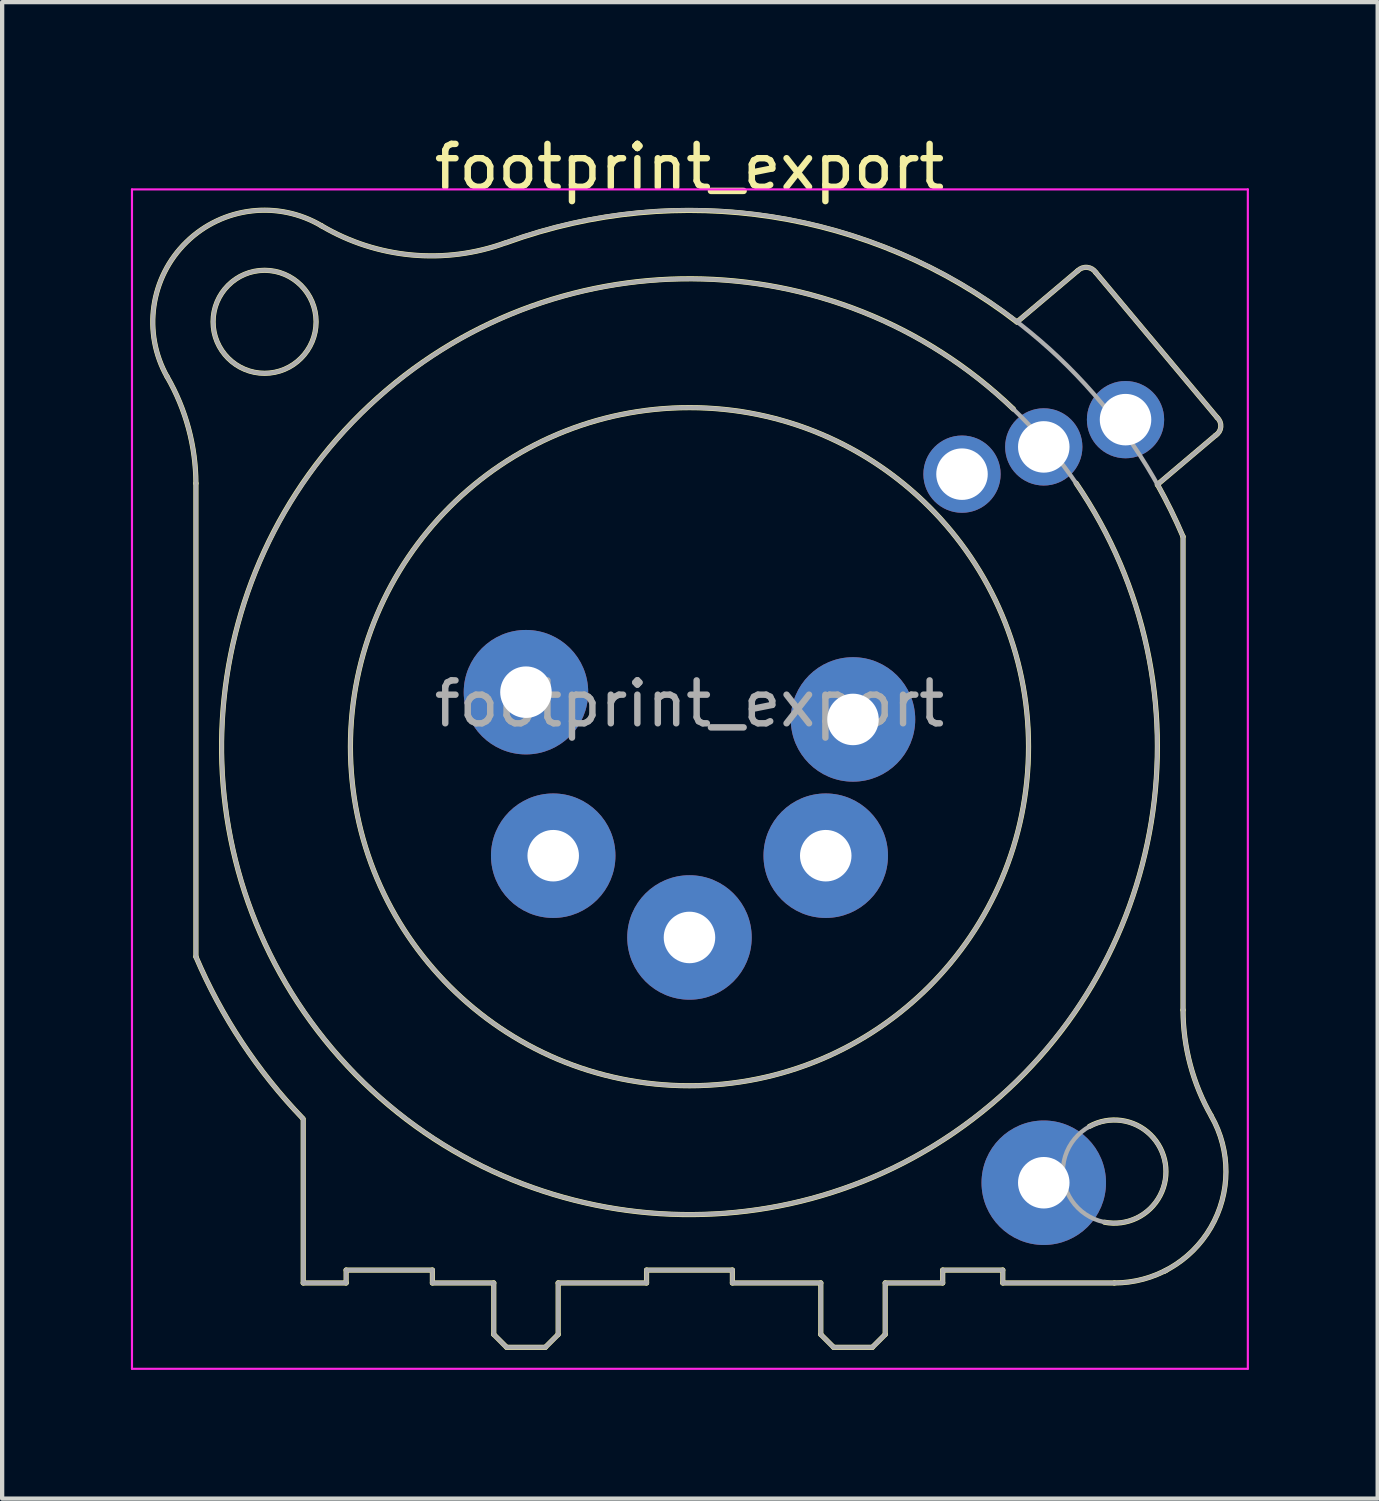
<source format=kicad_pcb>
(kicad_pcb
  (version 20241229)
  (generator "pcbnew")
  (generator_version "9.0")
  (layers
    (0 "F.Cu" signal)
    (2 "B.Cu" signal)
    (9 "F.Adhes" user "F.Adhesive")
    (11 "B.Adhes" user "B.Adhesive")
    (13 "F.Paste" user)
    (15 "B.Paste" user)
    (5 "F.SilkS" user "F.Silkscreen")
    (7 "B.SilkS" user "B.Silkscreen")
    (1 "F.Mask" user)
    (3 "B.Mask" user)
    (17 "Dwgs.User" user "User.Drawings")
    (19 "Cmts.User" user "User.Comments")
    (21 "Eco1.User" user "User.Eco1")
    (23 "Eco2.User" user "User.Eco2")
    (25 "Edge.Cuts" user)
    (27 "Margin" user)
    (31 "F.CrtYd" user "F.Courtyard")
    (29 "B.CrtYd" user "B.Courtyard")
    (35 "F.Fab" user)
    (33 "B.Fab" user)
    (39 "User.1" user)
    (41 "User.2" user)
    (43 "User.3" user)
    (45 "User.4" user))
  (footprint "footprint_export"
    (layer "F.Cu")
    (at 16.825 13.713)
    (property "Reference" "footprint_export" (at -3.81 -12.865 0) (layer "F.SilkS") (effects (font (size 1 1) (thickness 0.15))))
    (attr through_hole)
    (fp_line (start -15.31 -5.5) (end -15.31 5.53) (stroke (width 0.12) (type solid)) (layer "F.SilkS"))
    (fp_line (start -12.81 9.31) (end -12.81 13.13) (stroke (width 0.12) (type solid)) (layer "F.SilkS"))
    (fp_line (start -11.81 12.83) (end -11.81 13.13) (stroke (width 0.12) (type solid)) (layer "F.SilkS"))
    (fp_line (start -11.81 12.83) (end -9.8 12.83) (stroke (width 0.12) (type solid)) (layer "F.SilkS"))
    (fp_line (start -11.81 13.13) (end -12.81 13.13) (stroke (width 0.12) (type solid)) (layer "F.SilkS"))
    (fp_line (start -9.8 12.83) (end -9.8 13.13) (stroke (width 0.12) (type solid)) (layer "F.SilkS"))
    (fp_line (start -8.37 13.13) (end -9.8 13.13) (stroke (width 0.12) (type solid)) (layer "F.SilkS"))
    (fp_line (start -8.37 13.13) (end -8.37 14.33) (stroke (width 0.12) (type solid)) (layer "F.SilkS"))
    (fp_line (start -8.37 14.33) (end -8.07 14.63) (stroke (width 0.12) (type solid)) (layer "F.SilkS"))
    (fp_line (start -8.07 14.63) (end -7.17 14.63) (stroke (width 0.12) (type solid)) (layer "F.SilkS"))
    (fp_line (start -6.87 13.13) (end -6.87 14.33) (stroke (width 0.12) (type solid)) (layer "F.SilkS"))
    (fp_line (start -6.87 14.33) (end -7.17 14.63) (stroke (width 0.12) (type solid)) (layer "F.SilkS"))
    (fp_line (start -4.81 12.83) (end -4.81 13.13) (stroke (width 0.12) (type solid)) (layer "F.SilkS"))
    (fp_line (start -4.81 12.83) (end -2.81 12.83) (stroke (width 0.12) (type solid)) (layer "F.SilkS"))
    (fp_line (start -4.81 13.13) (end -6.87 13.13) (stroke (width 0.12) (type solid)) (layer "F.SilkS"))
    (fp_line (start -2.81 12.83) (end -2.81 13.13) (stroke (width 0.12) (type solid)) (layer "F.SilkS"))
    (fp_line (start -0.75 13.13) (end -2.81 13.13) (stroke (width 0.12) (type solid)) (layer "F.SilkS"))
    (fp_line (start -0.75 13.13) (end -0.75 14.33) (stroke (width 0.12) (type solid)) (layer "F.SilkS"))
    (fp_line (start -0.75 14.33) (end -0.45 14.63) (stroke (width 0.12) (type solid)) (layer "F.SilkS"))
    (fp_line (start -0.45 14.63) (end 0.45 14.63) (stroke (width 0.12) (type solid)) (layer "F.SilkS"))
    (fp_line (start 0.75 13.13) (end 0.75 14.33) (stroke (width 0.12) (type solid)) (layer "F.SilkS"))
    (fp_line (start 0.75 14.33) (end 0.45 14.63) (stroke (width 0.12) (type solid)) (layer "F.SilkS"))
    (fp_line (start 2.09 12.83) (end 2.09 13.13) (stroke (width 0.12) (type solid)) (layer "F.SilkS"))
    (fp_line (start 2.09 12.83) (end 3.49 12.83) (stroke (width 0.12) (type solid)) (layer "F.SilkS"))
    (fp_line (start 2.09 13.13) (end 0.75 13.13) (stroke (width 0.12) (type solid)) (layer "F.SilkS"))
    (fp_line (start 3.49 12.83) (end 3.49 13.13) (stroke (width 0.12) (type solid)) (layer "F.SilkS"))
    (fp_line (start 3.82 -9.26) (end 5.23 -10.45) (stroke (width 0.12) (type solid)) (layer "F.SilkS"))
    (fp_line (start 6.09 13.13) (end 3.49 13.13) (stroke (width 0.12) (type solid)) (layer "F.SilkS"))
    (fp_line (start 7.69 6.77) (end 7.69 -4.26) (stroke (width 0.12) (type solid)) (layer "F.SilkS"))
    (fp_line (start 8.45 -6.62) (end 7.09 -5.47) (stroke (width 0.12) (type solid)) (layer "F.SilkS"))
    (fp_line (start 8.48 -7.04) (end 5.66 -10.41) (stroke (width 0.12) (type solid)) (layer "F.SilkS"))
    (fp_arc (start -15.979585 -7.98114) (mid -15.531071 -11.122847) (end -12.38 -11.5) (stroke (width 0.12) (type solid)) (layer "F.SilkS"))
    (fp_arc (start -15.978065 -7.979621) (mid -15.482459 -6.783342) (end -15.31 -5.5) (stroke (width 0.12) (type solid)) (layer "F.SilkS"))
    (fp_arc (start -12.822247 9.294702) (mid -14.237431 7.525553) (end -15.31 5.53) (stroke (width 0.12) (type solid)) (layer "F.SilkS"))
    (fp_arc (start -8.091246 -11.107072) (mid -10.279718 -10.822246) (end -12.38 -11.5) (stroke (width 0.12) (type solid)) (layer "F.SilkS"))
    (fp_arc (start -8.076266 -11.109228) (mid -1.890733 -11.711835) (end 3.82 -9.26) (stroke (width 0.12) (type solid)) (layer "F.SilkS"))
    (fp_arc (start 5.199539 -5.504132) (mid -12.134617 7.674992) (end 3.74 -7.23) (stroke (width 0.12) (type solid)) (layer "F.SilkS"))
    (fp_arc (start 5.235458 -10.453787) (mid 5.458172 -10.533142) (end 5.66 -10.41) (stroke (width 0.12) (type solid)) (layer "F.SilkS"))
    (fp_arc (start 5.507701 9.483226) (mid 7.277502 10.347546) (end 5.86 11.715) (stroke (width 0.12) (type solid)) (layer "F.SilkS"))
    (fp_arc (start 7.094079 -5.473362) (mid 7.408456 -4.874744) (end 7.69 -4.26) (stroke (width 0.12) (type solid)) (layer "F.SilkS"))
    (fp_arc (start 7.298541 12.835196) (mid 7.274335 12.847725) (end 7.25 12.86) (stroke (width 0.12) (type solid)) (layer "F.SilkS"))
    (fp_arc (start 8.350687 9.245751) (mid 8.337115 11.837852) (end 6.09 13.13) (stroke (width 0.12) (type solid)) (layer "F.SilkS"))
    (fp_arc (start 8.351797 9.24598) (mid 7.859562 8.051113) (end 7.69 6.77) (stroke (width 0.12) (type solid)) (layer "F.SilkS"))
    (fp_arc (start 8.486269 -7.03217) (mid 8.569764 -6.817142) (end 8.45 -6.62) (stroke (width 0.12) (type solid)) (layer "F.SilkS"))
    (fp_circle (center -13.71 -9.265) (end -12.51 -9.265) (stroke (width 0.12) (type solid)) (fill no) (layer "F.SilkS"))
    (fp_circle (center -3.81 0.635) (end 4.09 0.635) (stroke (width 0.12) (type solid)) (fill no) (layer "F.SilkS"))
    (fp_line (start -16.8 -12.35) (end 9.2 -12.35) (stroke (width 0.05) (type solid)) (layer "F.CrtYd"))
    (fp_line (start -16.8 15.13) (end -16.8 -12.35) (stroke (width 0.05) (type solid)) (layer "F.CrtYd"))
    (fp_line (start 9.2 -12.35) (end 9.2 15.13) (stroke (width 0.05) (type solid)) (layer "F.CrtYd"))
    (fp_line (start 9.2 15.13) (end -16.8 15.13) (stroke (width 0.05) (type solid)) (layer "F.CrtYd"))
    (fp_line (start -15.31 -5.5) (end -15.31 5.53) (stroke (width 0.1) (type solid)) (layer "F.Fab"))
    (fp_line (start -12.81 9.31) (end -12.81 13.13) (stroke (width 0.1) (type solid)) (layer "F.Fab"))
    (fp_line (start -11.81 12.83) (end -11.81 13.13) (stroke (width 0.1) (type solid)) (layer "F.Fab"))
    (fp_line (start -11.81 12.83) (end -9.8 12.83) (stroke (width 0.1) (type solid)) (layer "F.Fab"))
    (fp_line (start -11.81 13.13) (end -12.81 13.13) (stroke (width 0.1) (type solid)) (layer "F.Fab"))
    (fp_line (start -9.8 12.83) (end -9.8 13.13) (stroke (width 0.1) (type solid)) (layer "F.Fab"))
    (fp_line (start -8.37 13.13) (end -9.8 13.13) (stroke (width 0.1) (type solid)) (layer "F.Fab"))
    (fp_line (start -8.37 13.13) (end -8.37 14.33) (stroke (width 0.1) (type solid)) (layer "F.Fab"))
    (fp_line (start -8.37 14.33) (end -8.07 14.63) (stroke (width 0.1) (type solid)) (layer "F.Fab"))
    (fp_line (start -8.07 14.63) (end -7.17 14.63) (stroke (width 0.1) (type solid)) (layer "F.Fab"))
    (fp_line (start -6.87 13.13) (end -6.87 14.33) (stroke (width 0.1) (type solid)) (layer "F.Fab"))
    (fp_line (start -6.87 14.33) (end -7.17 14.63) (stroke (width 0.1) (type solid)) (layer "F.Fab"))
    (fp_line (start -4.81 12.83) (end -4.81 13.13) (stroke (width 0.1) (type solid)) (layer "F.Fab"))
    (fp_line (start -4.81 12.83) (end -2.81 12.83) (stroke (width 0.1) (type solid)) (layer "F.Fab"))
    (fp_line (start -4.81 13.13) (end -6.87 13.13) (stroke (width 0.1) (type solid)) (layer "F.Fab"))
    (fp_line (start -2.81 12.83) (end -2.81 13.13) (stroke (width 0.1) (type solid)) (layer "F.Fab"))
    (fp_line (start -0.75 13.13) (end -2.81 13.13) (stroke (width 0.1) (type solid)) (layer "F.Fab"))
    (fp_line (start -0.75 13.13) (end -0.75 14.33) (stroke (width 0.1) (type solid)) (layer "F.Fab"))
    (fp_line (start -0.75 14.33) (end -0.45 14.63) (stroke (width 0.1) (type solid)) (layer "F.Fab"))
    (fp_line (start -0.45 14.63) (end 0.45 14.63) (stroke (width 0.1) (type solid)) (layer "F.Fab"))
    (fp_line (start 0.75 13.13) (end 0.75 14.33) (stroke (width 0.1) (type solid)) (layer "F.Fab"))
    (fp_line (start 0.75 14.33) (end 0.45 14.63) (stroke (width 0.1) (type solid)) (layer "F.Fab"))
    (fp_line (start 2.09 12.83) (end 2.09 13.13) (stroke (width 0.1) (type solid)) (layer "F.Fab"))
    (fp_line (start 2.09 12.83) (end 3.49 12.83) (stroke (width 0.1) (type solid)) (layer "F.Fab"))
    (fp_line (start 2.09 13.13) (end 0.75 13.13) (stroke (width 0.1) (type solid)) (layer "F.Fab"))
    (fp_line (start 3.49 12.83) (end 3.49 13.13) (stroke (width 0.1) (type solid)) (layer "F.Fab"))
    (fp_line (start 3.82 -9.26) (end 5.23 -10.45) (stroke (width 0.1) (type solid)) (layer "F.Fab"))
    (fp_line (start 6.09 13.13) (end 3.49 13.13) (stroke (width 0.1) (type solid)) (layer "F.Fab"))
    (fp_line (start 7.69 6.77) (end 7.69 -4.26) (stroke (width 0.1) (type solid)) (layer "F.Fab"))
    (fp_line (start 8.45 -6.62) (end 7.09 -5.47) (stroke (width 0.1) (type solid)) (layer "F.Fab"))
    (fp_line (start 8.48 -7.04) (end 5.66 -10.41) (stroke (width 0.1) (type solid)) (layer "F.Fab"))
    (fp_arc (start -15.979585 -7.98114) (mid -15.531071 -11.122847) (end -12.38 -11.5) (stroke (width 0.1) (type solid)) (layer "F.Fab"))
    (fp_arc (start -15.978065 -7.979621) (mid -15.482459 -6.783342) (end -15.31 -5.5) (stroke (width 0.1) (type solid)) (layer "F.Fab"))
    (fp_arc (start -12.822247 9.294702) (mid -14.237431 7.525553) (end -15.31 5.53) (stroke (width 0.1) (type solid)) (layer "F.Fab"))
    (fp_arc (start -8.096428 -11.105424) (mid 1.16231 -10.831785) (end 7.69 -4.26) (stroke (width 0.1) (type solid)) (layer "F.Fab"))
    (fp_arc (start -8.091246 -11.107072) (mid -10.279718 -10.822246) (end -12.38 -11.5) (stroke (width 0.1) (type solid)) (layer "F.Fab"))
    (fp_arc (start 5.235458 -10.453787) (mid 5.458172 -10.533142) (end 5.66 -10.41) (stroke (width 0.1) (type solid)) (layer "F.Fab"))
    (fp_arc (start 7.298541 12.835196) (mid 7.274335 12.847725) (end 7.25 12.86) (stroke (width 0.1) (type solid)) (layer "F.Fab"))
    (fp_arc (start 8.350687 9.245751) (mid 8.337115 11.837852) (end 6.09 13.13) (stroke (width 0.1) (type solid)) (layer "F.Fab"))
    (fp_arc (start 8.351797 9.24598) (mid 7.859562 8.051113) (end 7.69 6.77) (stroke (width 0.1) (type solid)) (layer "F.Fab"))
    (fp_arc (start 8.486269 -7.03217) (mid 8.569764 -6.817142) (end 8.45 -6.62) (stroke (width 0.1) (type solid)) (layer "F.Fab"))
    (fp_circle (center -13.71 -9.265) (end -12.51 -9.265) (stroke (width 0.1) (type solid)) (fill no) (layer "F.Fab"))
    (fp_circle (center -3.81 0.635) (end 4.09 0.635) (stroke (width 0.1) (type solid)) (fill no) (layer "F.Fab"))
    (fp_circle (center -3.81 0.635) (end 7.09 0.635) (stroke (width 0.1) (type solid)) (fill no) (layer "F.Fab"))
    (fp_circle (center 6.09 10.535) (end 7.29 10.535) (stroke (width 0.1) (type solid)) (fill no) (layer "F.Fab"))
    (fp_text user "${REFERENCE}" (at -3.81 -0.365 0) (layer "F.Fab") (effects (font (size 1 1) (thickness 0.15))))
    (pad "1" thru_hole circle (at 0 0) (size 2.9 2.9) (drill 1.2) (layers "*.Cu" "*.Mask"))
    (pad "2" thru_hole circle (at -0.635 3.175) (size 2.9 2.9) (drill 1.2) (layers "*.Cu" "*.Mask"))
    (pad "3" thru_hole circle (at -3.81 5.08) (size 2.9 2.9) (drill 1.2) (layers "*.Cu" "*.Mask"))
    (pad "4" thru_hole circle (at -6.985 3.175) (size 2.9 2.9) (drill 1.2) (layers "*.Cu" "*.Mask"))
    (pad "5" thru_hole circle (at -7.62 -0.635) (size 2.9 2.9) (drill 1.2) (layers "*.Cu" "*.Mask"))
    (pad "G" thru_hole circle (at 4.445 10.795) (size 2.9 2.9) (drill 1.2) (layers "*.Cu" "*.Mask"))
    (pad "N" thru_hole circle (at 4.445 -6.35) (size 1.8 1.8) (drill 1.2) (layers "*.Cu" "*.Mask"))
    (pad "NC" thru_hole circle (at 2.54 -5.715) (size 1.8 1.8) (drill 1.2) (layers "*.Cu" "*.Mask"))
    (pad "NO" thru_hole circle (at 6.35 -6.985) (size 1.8 1.8) (drill 1.2) (layers "*.Cu" "*.Mask")))
  (gr_rect
    (start -3 -3)
    (end 29.05 31.868)
    (stroke (width 0.1) (type default))
    (fill no)
    (layer "Edge.Cuts")))
</source>
